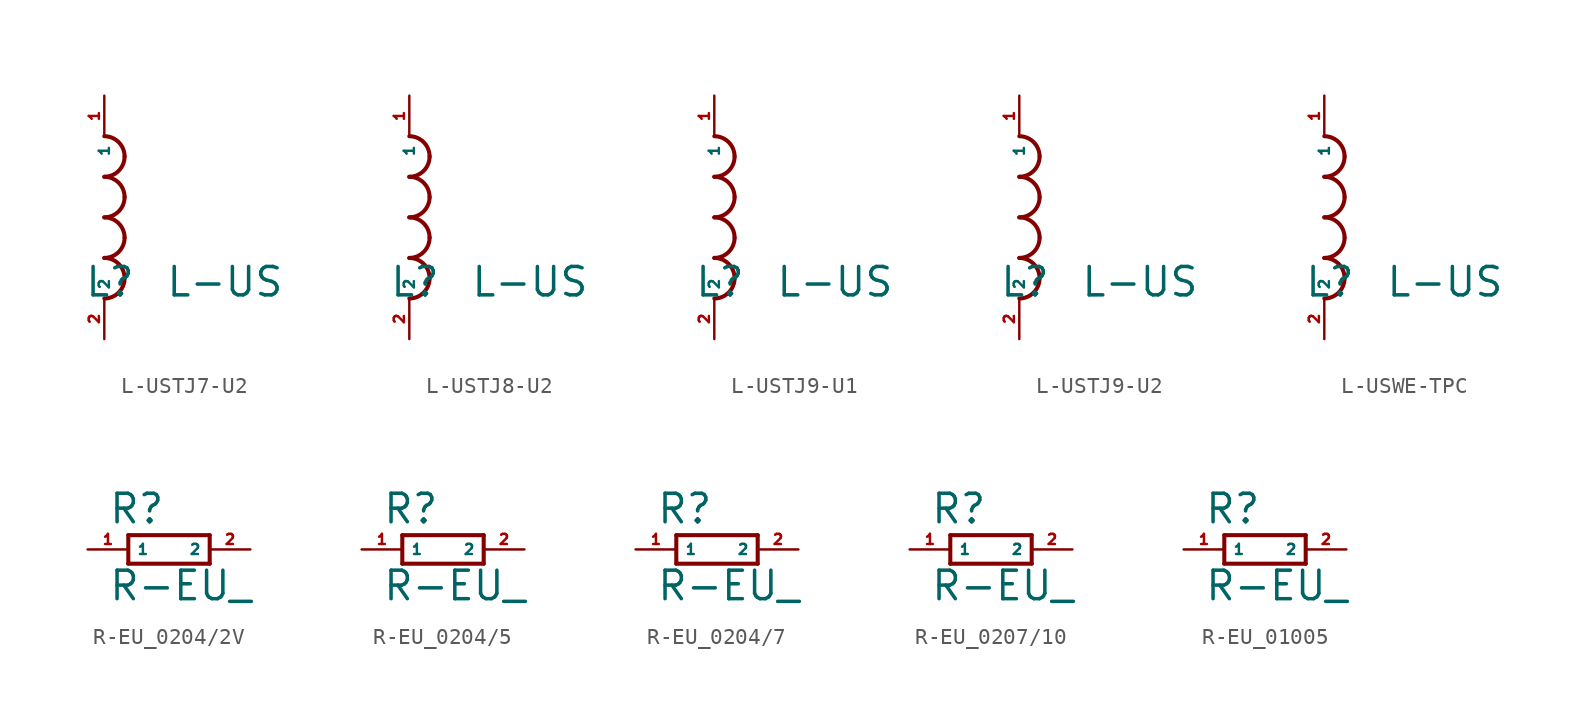
<source format=kicad_sym>
(kicad_symbol_lib
  (version 20220914)
  (generator Eagle2Kicad)
  (symbol "L-USTJ7-U2"
    (property "Reference" "L"
      (at -1.27 -5.08 0)
      (effects (font (size 1.778 1.778) (thickness 0.22)) (justify left bottom)))
    (property "Value" "L-US"
      (at 3.81 -5.08 0)
      (effects (font (size 1.778 1.778) (thickness 0.22)) (justify left bottom)))
    (arc
      (start 1.27 3.81)
      (mid 0.898 4.708)
      (end 0 5.08)
      (stroke (width 0.254) (type default))
      (fill (type none)))
    (arc
      (start 0 2.54)
      (mid 0.898 2.912)
      (end 1.27 3.81)
      (stroke (width 0.254) (type default))
      (fill (type none)))
    (arc
      (start 1.27 1.27)
      (mid 0.898 2.168)
      (end 0 2.54)
      (stroke (width 0.254) (type default))
      (fill (type none)))
    (arc
      (start 0 0)
      (mid 0.898 0.372)
      (end 1.27 1.27)
      (stroke (width 0.254) (type default))
      (fill (type none)))
    (arc
      (start 1.27 -1.27)
      (mid 0.898 -0.372)
      (end 0 0)
      (stroke (width 0.254) (type default))
      (fill (type none)))
    (arc
      (start 0 -2.54)
      (mid 0.898 -2.168)
      (end 1.27 -1.27)
      (stroke (width 0.254) (type default))
      (fill (type none)))
    (arc
      (start 1.27 -3.81)
      (mid 0.898 -2.912)
      (end 0 -2.54)
      (stroke (width 0.254) (type default))
      (fill (type none)))
    (arc
      (start 0 -5.08)
      (mid 0.898 -4.708)
      (end 1.27 -3.81)
      (stroke (width 0.254) (type default))
      (fill (type none)))
    (pin passive line
      (at 0 -7.62 90)
      (length 2.54)
      (name "2" (effects (font (size 0.635 0.635) (thickness 0.08)) (justify left bottom)))
      (number "2" (effects (font (size 0.635 0.635) (thickness 0.08)) (justify left bottom))))
    (pin passive line
      (at 0 7.62 270)
      (length 2.54)
      (name "1" (effects (font (size 0.635 0.635) (thickness 0.08)) (justify left bottom)))
      (number "1" (effects (font (size 0.635 0.635) (thickness 0.08)) (justify left bottom)))))
  (symbol "L-USTJ8-U2"
    (property "Reference" "L"
      (at -1.27 -5.08 0)
      (effects (font (size 1.778 1.778) (thickness 0.22)) (justify left bottom)))
    (property "Value" "L-US"
      (at 3.81 -5.08 0)
      (effects (font (size 1.778 1.778) (thickness 0.22)) (justify left bottom)))
    (arc
      (start 1.27 3.81)
      (mid 0.898 4.708)
      (end 0 5.08)
      (stroke (width 0.254) (type default))
      (fill (type none)))
    (arc
      (start 0 2.54)
      (mid 0.898 2.912)
      (end 1.27 3.81)
      (stroke (width 0.254) (type default))
      (fill (type none)))
    (arc
      (start 1.27 1.27)
      (mid 0.898 2.168)
      (end 0 2.54)
      (stroke (width 0.254) (type default))
      (fill (type none)))
    (arc
      (start 0 0)
      (mid 0.898 0.372)
      (end 1.27 1.27)
      (stroke (width 0.254) (type default))
      (fill (type none)))
    (arc
      (start 1.27 -1.27)
      (mid 0.898 -0.372)
      (end 0 0)
      (stroke (width 0.254) (type default))
      (fill (type none)))
    (arc
      (start 0 -2.54)
      (mid 0.898 -2.168)
      (end 1.27 -1.27)
      (stroke (width 0.254) (type default))
      (fill (type none)))
    (arc
      (start 1.27 -3.81)
      (mid 0.898 -2.912)
      (end 0 -2.54)
      (stroke (width 0.254) (type default))
      (fill (type none)))
    (arc
      (start 0 -5.08)
      (mid 0.898 -4.708)
      (end 1.27 -3.81)
      (stroke (width 0.254) (type default))
      (fill (type none)))
    (pin passive line
      (at 0 -7.62 90)
      (length 2.54)
      (name "2" (effects (font (size 0.635 0.635) (thickness 0.08)) (justify left bottom)))
      (number "2" (effects (font (size 0.635 0.635) (thickness 0.08)) (justify left bottom))))
    (pin passive line
      (at 0 7.62 270)
      (length 2.54)
      (name "1" (effects (font (size 0.635 0.635) (thickness 0.08)) (justify left bottom)))
      (number "1" (effects (font (size 0.635 0.635) (thickness 0.08)) (justify left bottom)))))
  (symbol "L-USTJ9-U1"
    (property "Reference" "L"
      (at -1.27 -5.08 0)
      (effects (font (size 1.778 1.778) (thickness 0.22)) (justify left bottom)))
    (property "Value" "L-US"
      (at 3.81 -5.08 0)
      (effects (font (size 1.778 1.778) (thickness 0.22)) (justify left bottom)))
    (arc
      (start 1.27 3.81)
      (mid 0.898 4.708)
      (end 0 5.08)
      (stroke (width 0.254) (type default))
      (fill (type none)))
    (arc
      (start 0 2.54)
      (mid 0.898 2.912)
      (end 1.27 3.81)
      (stroke (width 0.254) (type default))
      (fill (type none)))
    (arc
      (start 1.27 1.27)
      (mid 0.898 2.168)
      (end 0 2.54)
      (stroke (width 0.254) (type default))
      (fill (type none)))
    (arc
      (start 0 0)
      (mid 0.898 0.372)
      (end 1.27 1.27)
      (stroke (width 0.254) (type default))
      (fill (type none)))
    (arc
      (start 1.27 -1.27)
      (mid 0.898 -0.372)
      (end 0 0)
      (stroke (width 0.254) (type default))
      (fill (type none)))
    (arc
      (start 0 -2.54)
      (mid 0.898 -2.168)
      (end 1.27 -1.27)
      (stroke (width 0.254) (type default))
      (fill (type none)))
    (arc
      (start 1.27 -3.81)
      (mid 0.898 -2.912)
      (end 0 -2.54)
      (stroke (width 0.254) (type default))
      (fill (type none)))
    (arc
      (start 0 -5.08)
      (mid 0.898 -4.708)
      (end 1.27 -3.81)
      (stroke (width 0.254) (type default))
      (fill (type none)))
    (pin passive line
      (at 0 -7.62 90)
      (length 2.54)
      (name "2" (effects (font (size 0.635 0.635) (thickness 0.08)) (justify left bottom)))
      (number "2" (effects (font (size 0.635 0.635) (thickness 0.08)) (justify left bottom))))
    (pin passive line
      (at 0 7.62 270)
      (length 2.54)
      (name "1" (effects (font (size 0.635 0.635) (thickness 0.08)) (justify left bottom)))
      (number "1" (effects (font (size 0.635 0.635) (thickness 0.08)) (justify left bottom)))))
  (symbol "L-USTJ9-U2"
    (property "Reference" "L"
      (at -1.27 -5.08 0)
      (effects (font (size 1.778 1.778) (thickness 0.22)) (justify left bottom)))
    (property "Value" "L-US"
      (at 3.81 -5.08 0)
      (effects (font (size 1.778 1.778) (thickness 0.22)) (justify left bottom)))
    (arc
      (start 1.27 3.81)
      (mid 0.898 4.708)
      (end 0 5.08)
      (stroke (width 0.254) (type default))
      (fill (type none)))
    (arc
      (start 0 2.54)
      (mid 0.898 2.912)
      (end 1.27 3.81)
      (stroke (width 0.254) (type default))
      (fill (type none)))
    (arc
      (start 1.27 1.27)
      (mid 0.898 2.168)
      (end 0 2.54)
      (stroke (width 0.254) (type default))
      (fill (type none)))
    (arc
      (start 0 0)
      (mid 0.898 0.372)
      (end 1.27 1.27)
      (stroke (width 0.254) (type default))
      (fill (type none)))
    (arc
      (start 1.27 -1.27)
      (mid 0.898 -0.372)
      (end 0 0)
      (stroke (width 0.254) (type default))
      (fill (type none)))
    (arc
      (start 0 -2.54)
      (mid 0.898 -2.168)
      (end 1.27 -1.27)
      (stroke (width 0.254) (type default))
      (fill (type none)))
    (arc
      (start 1.27 -3.81)
      (mid 0.898 -2.912)
      (end 0 -2.54)
      (stroke (width 0.254) (type default))
      (fill (type none)))
    (arc
      (start 0 -5.08)
      (mid 0.898 -4.708)
      (end 1.27 -3.81)
      (stroke (width 0.254) (type default))
      (fill (type none)))
    (pin passive line
      (at 0 -7.62 90)
      (length 2.54)
      (name "2" (effects (font (size 0.635 0.635) (thickness 0.08)) (justify left bottom)))
      (number "2" (effects (font (size 0.635 0.635) (thickness 0.08)) (justify left bottom))))
    (pin passive line
      (at 0 7.62 270)
      (length 2.54)
      (name "1" (effects (font (size 0.635 0.635) (thickness 0.08)) (justify left bottom)))
      (number "1" (effects (font (size 0.635 0.635) (thickness 0.08)) (justify left bottom)))))
  (symbol "L-USWE-TPC"
    (property "Reference" "L"
      (at -1.27 -5.08 0)
      (effects (font (size 1.778 1.778) (thickness 0.22)) (justify left bottom)))
    (property "Value" "L-US"
      (at 3.81 -5.08 0)
      (effects (font (size 1.778 1.778) (thickness 0.22)) (justify left bottom)))
    (arc
      (start 1.27 3.81)
      (mid 0.898 4.708)
      (end 0 5.08)
      (stroke (width 0.254) (type default))
      (fill (type none)))
    (arc
      (start 0 2.54)
      (mid 0.898 2.912)
      (end 1.27 3.81)
      (stroke (width 0.254) (type default))
      (fill (type none)))
    (arc
      (start 1.27 1.27)
      (mid 0.898 2.168)
      (end 0 2.54)
      (stroke (width 0.254) (type default))
      (fill (type none)))
    (arc
      (start 0 0)
      (mid 0.898 0.372)
      (end 1.27 1.27)
      (stroke (width 0.254) (type default))
      (fill (type none)))
    (arc
      (start 1.27 -1.27)
      (mid 0.898 -0.372)
      (end 0 0)
      (stroke (width 0.254) (type default))
      (fill (type none)))
    (arc
      (start 0 -2.54)
      (mid 0.898 -2.168)
      (end 1.27 -1.27)
      (stroke (width 0.254) (type default))
      (fill (type none)))
    (arc
      (start 1.27 -3.81)
      (mid 0.898 -2.912)
      (end 0 -2.54)
      (stroke (width 0.254) (type default))
      (fill (type none)))
    (arc
      (start 0 -5.08)
      (mid 0.898 -4.708)
      (end 1.27 -3.81)
      (stroke (width 0.254) (type default))
      (fill (type none)))
    (pin passive line
      (at 0 -7.62 90)
      (length 2.54)
      (name "2" (effects (font (size 0.635 0.635) (thickness 0.08)) (justify left bottom)))
      (number "2" (effects (font (size 0.635 0.635) (thickness 0.08)) (justify left bottom))))
    (pin passive line
      (at 0 7.62 270)
      (length 2.54)
      (name "1" (effects (font (size 0.635 0.635) (thickness 0.08)) (justify left bottom)))
      (number "1" (effects (font (size 0.635 0.635) (thickness 0.08)) (justify left bottom)))))
  (symbol "R-EU_0204/2V"
    (property "Reference" "R"
      (at -3.81 1.499 0)
      (effects (font (size 1.778 1.778) (thickness 0.22)) (justify left bottom)))
    (property "Value" "R-EU_"
      (at -3.81 -3.302 0)
      (effects (font (size 1.778 1.778) (thickness 0.22)) (justify left bottom)))
    (polyline
      (pts (xy -2.54 -0.889) (xy 2.54 -0.889))
      (stroke (width 0.254) (type default))
      (fill (type none)))
    (polyline
      (pts (xy 2.54 0.889) (xy -2.54 0.889))
      (stroke (width 0.254) (type default))
      (fill (type none)))
    (polyline
      (pts (xy 2.54 -0.889) (xy 2.54 0.889))
      (stroke (width 0.254) (type default))
      (fill (type none)))
    (polyline
      (pts (xy -2.54 -0.889) (xy -2.54 0.889))
      (stroke (width 0.254) (type default))
      (fill (type none)))
    (pin passive line
      (at 5.08 0 180)
      (length 2.54)
      (name "2" (effects (font (size 0.635 0.635) (thickness 0.08)) (justify left bottom)))
      (number "2" (effects (font (size 0.635 0.635) (thickness 0.08)) (justify left bottom))))
    (pin passive line
      (at -5.08 0 0)
      (length 2.54)
      (name "1" (effects (font (size 0.635 0.635) (thickness 0.08)) (justify left bottom)))
      (number "1" (effects (font (size 0.635 0.635) (thickness 0.08)) (justify left bottom)))))
  (symbol "R-EU_0204/5"
    (property "Reference" "R"
      (at -3.81 1.499 0)
      (effects (font (size 1.778 1.778) (thickness 0.22)) (justify left bottom)))
    (property "Value" "R-EU_"
      (at -3.81 -3.302 0)
      (effects (font (size 1.778 1.778) (thickness 0.22)) (justify left bottom)))
    (polyline
      (pts (xy -2.54 -0.889) (xy 2.54 -0.889))
      (stroke (width 0.254) (type default))
      (fill (type none)))
    (polyline
      (pts (xy 2.54 0.889) (xy -2.54 0.889))
      (stroke (width 0.254) (type default))
      (fill (type none)))
    (polyline
      (pts (xy 2.54 -0.889) (xy 2.54 0.889))
      (stroke (width 0.254) (type default))
      (fill (type none)))
    (polyline
      (pts (xy -2.54 -0.889) (xy -2.54 0.889))
      (stroke (width 0.254) (type default))
      (fill (type none)))
    (pin passive line
      (at 5.08 0 180)
      (length 2.54)
      (name "2" (effects (font (size 0.635 0.635) (thickness 0.08)) (justify left bottom)))
      (number "2" (effects (font (size 0.635 0.635) (thickness 0.08)) (justify left bottom))))
    (pin passive line
      (at -5.08 0 0)
      (length 2.54)
      (name "1" (effects (font (size 0.635 0.635) (thickness 0.08)) (justify left bottom)))
      (number "1" (effects (font (size 0.635 0.635) (thickness 0.08)) (justify left bottom)))))
  (symbol "R-EU_0204/7"
    (property "Reference" "R"
      (at -3.81 1.499 0)
      (effects (font (size 1.778 1.778) (thickness 0.22)) (justify left bottom)))
    (property "Value" "R-EU_"
      (at -3.81 -3.302 0)
      (effects (font (size 1.778 1.778) (thickness 0.22)) (justify left bottom)))
    (polyline
      (pts (xy -2.54 -0.889) (xy 2.54 -0.889))
      (stroke (width 0.254) (type default))
      (fill (type none)))
    (polyline
      (pts (xy 2.54 0.889) (xy -2.54 0.889))
      (stroke (width 0.254) (type default))
      (fill (type none)))
    (polyline
      (pts (xy 2.54 -0.889) (xy 2.54 0.889))
      (stroke (width 0.254) (type default))
      (fill (type none)))
    (polyline
      (pts (xy -2.54 -0.889) (xy -2.54 0.889))
      (stroke (width 0.254) (type default))
      (fill (type none)))
    (pin passive line
      (at 5.08 0 180)
      (length 2.54)
      (name "2" (effects (font (size 0.635 0.635) (thickness 0.08)) (justify left bottom)))
      (number "2" (effects (font (size 0.635 0.635) (thickness 0.08)) (justify left bottom))))
    (pin passive line
      (at -5.08 0 0)
      (length 2.54)
      (name "1" (effects (font (size 0.635 0.635) (thickness 0.08)) (justify left bottom)))
      (number "1" (effects (font (size 0.635 0.635) (thickness 0.08)) (justify left bottom)))))
  (symbol "R-EU_0207/10"
    (property "Reference" "R"
      (at -3.81 1.499 0)
      (effects (font (size 1.778 1.778) (thickness 0.22)) (justify left bottom)))
    (property "Value" "R-EU_"
      (at -3.81 -3.302 0)
      (effects (font (size 1.778 1.778) (thickness 0.22)) (justify left bottom)))
    (polyline
      (pts (xy -2.54 -0.889) (xy 2.54 -0.889))
      (stroke (width 0.254) (type default))
      (fill (type none)))
    (polyline
      (pts (xy 2.54 0.889) (xy -2.54 0.889))
      (stroke (width 0.254) (type default))
      (fill (type none)))
    (polyline
      (pts (xy 2.54 -0.889) (xy 2.54 0.889))
      (stroke (width 0.254) (type default))
      (fill (type none)))
    (polyline
      (pts (xy -2.54 -0.889) (xy -2.54 0.889))
      (stroke (width 0.254) (type default))
      (fill (type none)))
    (pin passive line
      (at 5.08 0 180)
      (length 2.54)
      (name "2" (effects (font (size 0.635 0.635) (thickness 0.08)) (justify left bottom)))
      (number "2" (effects (font (size 0.635 0.635) (thickness 0.08)) (justify left bottom))))
    (pin passive line
      (at -5.08 0 0)
      (length 2.54)
      (name "1" (effects (font (size 0.635 0.635) (thickness 0.08)) (justify left bottom)))
      (number "1" (effects (font (size 0.635 0.635) (thickness 0.08)) (justify left bottom)))))
  (symbol "R-EU_01005"
    (property "Reference" "R"
      (at -3.81 1.499 0)
      (effects (font (size 1.778 1.778) (thickness 0.22)) (justify left bottom)))
    (property "Value" "R-EU_"
      (at -3.81 -3.302 0)
      (effects (font (size 1.778 1.778) (thickness 0.22)) (justify left bottom)))
    (polyline
      (pts (xy -2.54 -0.889) (xy 2.54 -0.889))
      (stroke (width 0.254) (type default))
      (fill (type none)))
    (polyline
      (pts (xy 2.54 0.889) (xy -2.54 0.889))
      (stroke (width 0.254) (type default))
      (fill (type none)))
    (polyline
      (pts (xy 2.54 -0.889) (xy 2.54 0.889))
      (stroke (width 0.254) (type default))
      (fill (type none)))
    (polyline
      (pts (xy -2.54 -0.889) (xy -2.54 0.889))
      (stroke (width 0.254) (type default))
      (fill (type none)))
    (pin passive line
      (at 5.08 0 180)
      (length 2.54)
      (name "2" (effects (font (size 0.635 0.635) (thickness 0.08)) (justify left bottom)))
      (number "2" (effects (font (size 0.635 0.635) (thickness 0.08)) (justify left bottom))))
    (pin passive line
      (at -5.08 0 0)
      (length 2.54)
      (name "1" (effects (font (size 0.635 0.635) (thickness 0.08)) (justify left bottom)))
      (number "1" (effects (font (size 0.635 0.635) (thickness 0.08)) (justify left bottom))))))
</source>
